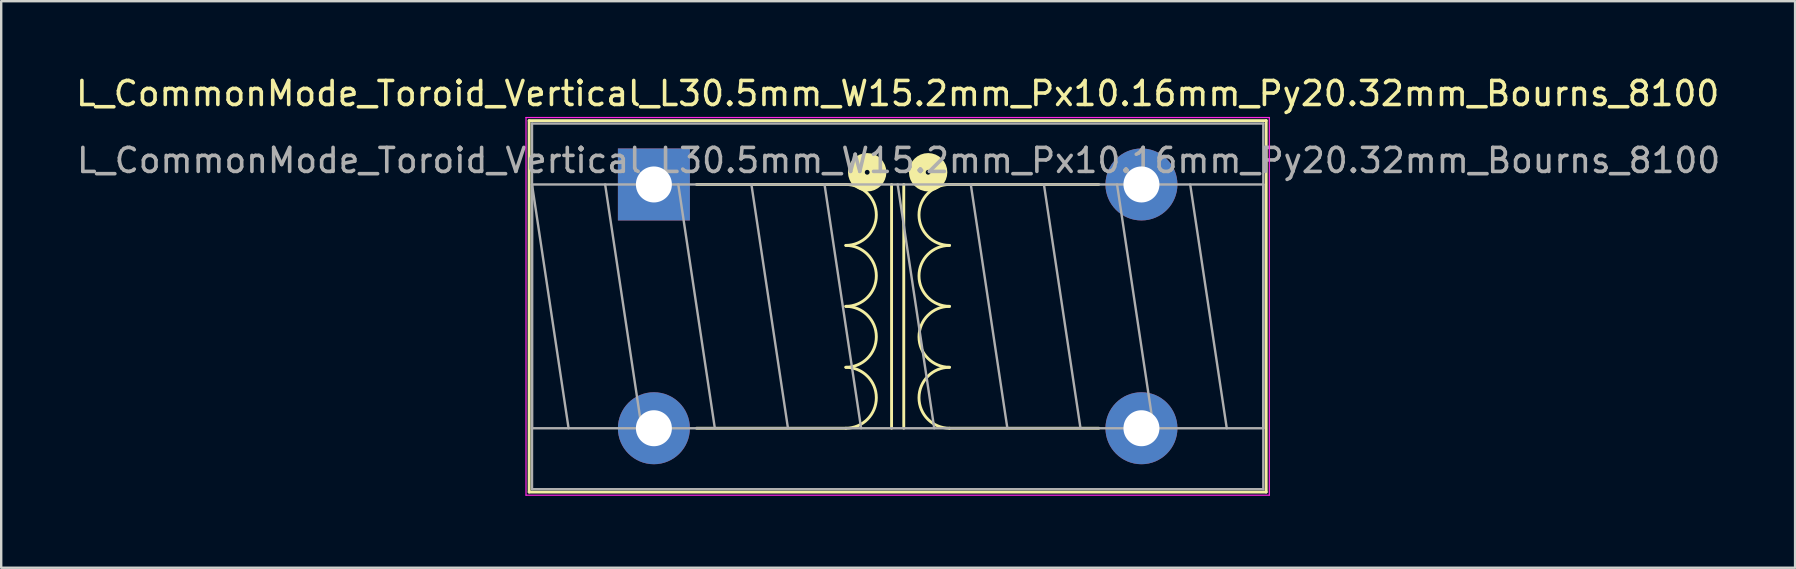
<source format=kicad_pcb>
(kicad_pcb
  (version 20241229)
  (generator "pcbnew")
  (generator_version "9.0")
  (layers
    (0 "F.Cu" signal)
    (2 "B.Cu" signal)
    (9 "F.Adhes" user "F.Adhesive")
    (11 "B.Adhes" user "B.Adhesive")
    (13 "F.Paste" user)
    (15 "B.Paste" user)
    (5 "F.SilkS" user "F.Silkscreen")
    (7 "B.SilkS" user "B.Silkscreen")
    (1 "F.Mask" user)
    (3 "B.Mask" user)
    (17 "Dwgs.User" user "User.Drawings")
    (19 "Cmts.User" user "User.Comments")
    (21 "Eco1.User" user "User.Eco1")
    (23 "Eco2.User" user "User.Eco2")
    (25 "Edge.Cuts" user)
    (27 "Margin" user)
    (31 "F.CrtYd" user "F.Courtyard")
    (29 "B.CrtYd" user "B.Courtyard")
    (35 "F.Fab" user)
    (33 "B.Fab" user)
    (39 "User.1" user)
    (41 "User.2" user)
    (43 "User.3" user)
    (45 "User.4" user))
  (footprint "L_CommonMode_Toroid_Vertical_L30.5mm_W15.2mm_Px10.16mm_Py20.32mm_Bourns_8100"
    (layer "F.Cu")
    (at 24.203 4.638)
    (property "Reference" "L_CommonMode_Toroid_Vertical_L30.5mm_W15.2mm_Px10.16mm_Py20.32mm_Bourns_8100" (at 10.16 -3.79 0) (layer "F.SilkS") (effects (font (size 1 1) (thickness 0.15))))
    (attr through_hole)
    (fp_line (start -5.2 -2.66) (end -5.2 12.82) (stroke (width 0.12) (type solid)) (layer "F.SilkS"))
    (fp_line (start -5.2 -2.66) (end 25.52 -2.66) (stroke (width 0.12) (type solid)) (layer "F.SilkS"))
    (fp_line (start -5.2 12.82) (end 25.52 12.82) (stroke (width 0.12) (type solid)) (layer "F.SilkS"))
    (fp_line (start 1.778 0) (end 8.001 0) (stroke (width 0.12) (type solid)) (layer "F.SilkS"))
    (fp_line (start 1.778 10.16) (end 8.001 10.16) (stroke (width 0.12) (type solid)) (layer "F.SilkS"))
    (fp_line (start 9.906 10.16) (end 9.906 0) (stroke (width 0.12) (type solid)) (layer "F.SilkS"))
    (fp_line (start 10.414 0) (end 10.414 10.16) (stroke (width 0.12) (type solid)) (layer "F.SilkS"))
    (fp_line (start 12.319 0) (end 18.542 0) (stroke (width 0.12) (type solid)) (layer "F.SilkS"))
    (fp_line (start 12.319 10.16) (end 18.542 10.16) (stroke (width 0.12) (type solid)) (layer "F.SilkS"))
    (fp_line (start 25.52 -2.66) (end 25.52 12.82) (stroke (width 0.12) (type solid)) (layer "F.SilkS"))
    (fp_arc (start 8.001 0) (mid 9.271 1.27) (end 8.001 2.54) (stroke (width 0.12) (type solid)) (layer "F.SilkS"))
    (fp_arc (start 8.001 2.54) (mid 9.271 3.81) (end 8.001 5.08) (stroke (width 0.12) (type solid)) (layer "F.SilkS"))
    (fp_arc (start 8.001 5.08) (mid 9.271 6.35) (end 8.001 7.62) (stroke (width 0.12) (type solid)) (layer "F.SilkS"))
    (fp_arc (start 8.001 7.62) (mid 9.271 8.89) (end 8.001 10.16) (stroke (width 0.12) (type solid)) (layer "F.SilkS"))
    (fp_arc (start 12.319 2.54) (mid 11.049 1.27) (end 12.319 0) (stroke (width 0.12) (type solid)) (layer "F.SilkS"))
    (fp_arc (start 12.319 5.08) (mid 11.049 3.81) (end 12.319 2.54) (stroke (width 0.12) (type solid)) (layer "F.SilkS"))
    (fp_arc (start 12.319 7.62) (mid 11.049 6.35) (end 12.319 5.08) (stroke (width 0.12) (type solid)) (layer "F.SilkS"))
    (fp_arc (start 12.319 10.16) (mid 11.049 8.89) (end 12.319 7.62) (stroke (width 0.12) (type solid)) (layer "F.SilkS"))
    (fp_circle (center 8.89 -0.508) (end 8.99 -0.508) (stroke (width 0.7) (type solid)) (fill no) (layer "F.SilkS"))
    (fp_circle (center 11.43 -0.508) (end 11.53 -0.508) (stroke (width 0.7) (type solid)) (fill no) (layer "F.SilkS"))
    (fp_line (start -5.33 -2.79) (end -5.33 12.95) (stroke (width 0.05) (type solid)) (layer "F.CrtYd"))
    (fp_line (start -5.33 12.95) (end 25.65 12.95) (stroke (width 0.05) (type solid)) (layer "F.CrtYd"))
    (fp_line (start 25.65 -2.79) (end -5.33 -2.79) (stroke (width 0.05) (type solid)) (layer "F.CrtYd"))
    (fp_line (start 25.65 12.95) (end 25.65 -2.79) (stroke (width 0.05) (type solid)) (layer "F.CrtYd"))
    (fp_line (start -5.08 -2.54) (end -5.08 12.7) (stroke (width 0.1) (type solid)) (layer "F.Fab"))
    (fp_line (start -5.08 0) (end -5.08 10.16) (stroke (width 0.1) (type solid)) (layer "F.Fab"))
    (fp_line (start -5.08 0) (end -3.556 10.16) (stroke (width 0.1) (type solid)) (layer "F.Fab"))
    (fp_line (start -5.08 10.16) (end 25.4 10.16) (stroke (width 0.1) (type solid)) (layer "F.Fab"))
    (fp_line (start -5.08 12.7) (end 25.4 12.7) (stroke (width 0.1) (type solid)) (layer "F.Fab"))
    (fp_line (start -2.032 0) (end -0.508 10.16) (stroke (width 0.1) (type solid)) (layer "F.Fab"))
    (fp_line (start 1.016 0) (end 2.54 10.16) (stroke (width 0.1) (type solid)) (layer "F.Fab"))
    (fp_line (start 4.064 0) (end 5.588 10.16) (stroke (width 0.1) (type solid)) (layer "F.Fab"))
    (fp_line (start 7.112 0) (end 8.636 10.16) (stroke (width 0.1) (type solid)) (layer "F.Fab"))
    (fp_line (start 10.16 0) (end 11.684 10.16) (stroke (width 0.1) (type solid)) (layer "F.Fab"))
    (fp_line (start 13.208 0) (end 14.732 10.16) (stroke (width 0.1) (type solid)) (layer "F.Fab"))
    (fp_line (start 16.256 0) (end 17.78 10.16) (stroke (width 0.1) (type solid)) (layer "F.Fab"))
    (fp_line (start 19.304 0) (end 20.828 10.16) (stroke (width 0.1) (type solid)) (layer "F.Fab"))
    (fp_line (start 22.352 0) (end 23.876 10.16) (stroke (width 0.1) (type solid)) (layer "F.Fab"))
    (fp_line (start 25.4 -2.54) (end -5.08 -2.54) (stroke (width 0.1) (type solid)) (layer "F.Fab"))
    (fp_line (start 25.4 0) (end -5.08 0) (stroke (width 0.1) (type solid)) (layer "F.Fab"))
    (fp_line (start 25.4 10.16) (end 25.4 0) (stroke (width 0.1) (type solid)) (layer "F.Fab"))
    (fp_line (start 25.4 12.7) (end 25.4 -2.54) (stroke (width 0.1) (type solid)) (layer "F.Fab"))
    (fp_text user "${REFERENCE}" (at 10.2 -1 0) (layer "F.Fab") (effects (font (size 1 1) (thickness 0.15))))
    (pad "1" thru_hole rect (at 0 0) (size 3 3) (drill 1.5) (layers "*.Cu" "*.Mask"))
    (pad "2" thru_hole circle (at 0 10.16) (size 3 3) (drill 1.5) (layers "*.Cu" "*.Mask"))
    (pad "3" thru_hole circle (at 20.32 10.16) (size 3 3) (drill 1.5) (layers "*.Cu" "*.Mask"))
    (pad "4" thru_hole circle (at 20.32 0) (size 3 3) (drill 1.5) (layers "*.Cu" "*.Mask")))
  (gr_rect
    (start -3 -3)
    (end 71.766 20.613)
    (stroke (width 0.1) (type default))
    (fill no)
    (layer "Edge.Cuts")))
</source>
